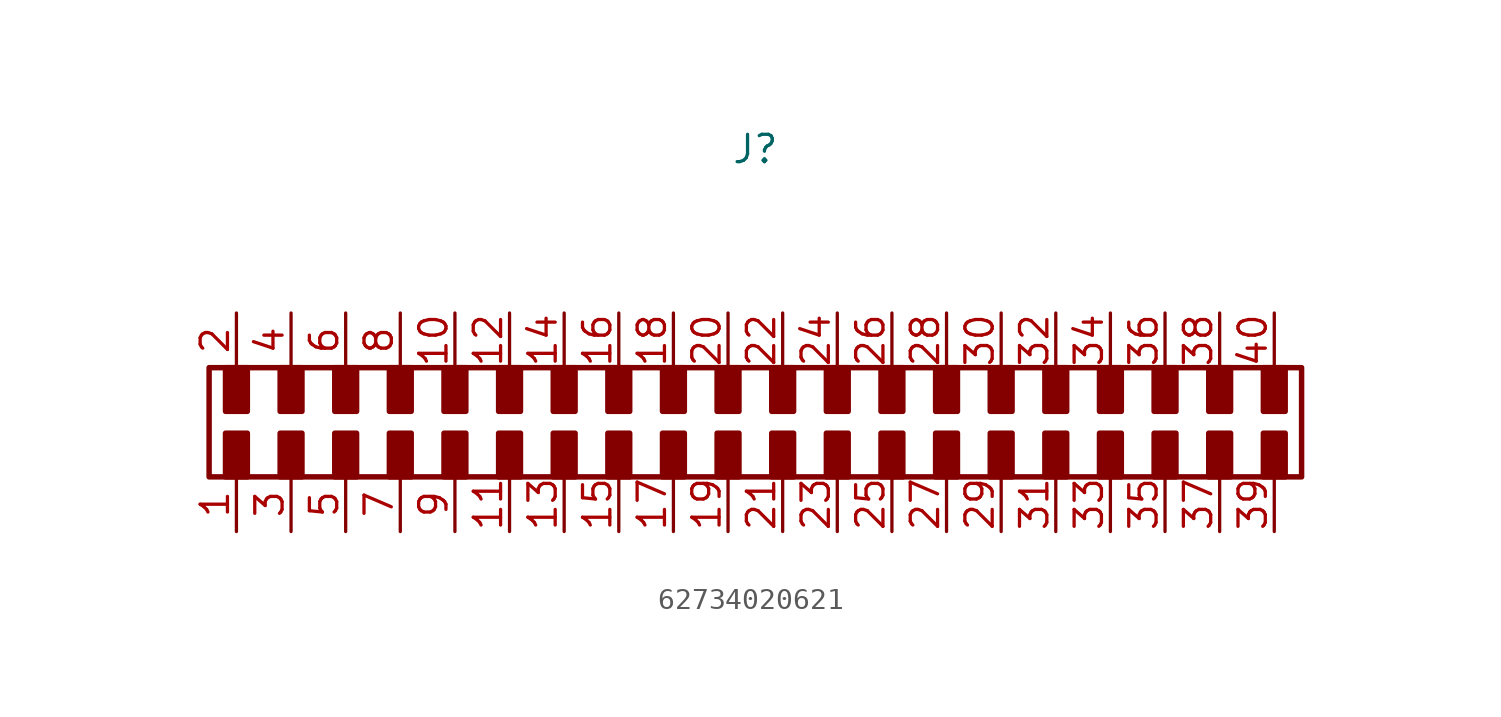
<source format=kicad_sym>
(kicad_symbol_lib
  (version 20241209)
  (generator "kicad_symbol_editor")
  (generator_version "9.0")
  (symbol "62734020621"
    (pin_names
      (hide yes))
    (property "Reference" "J"
      (at 0 12.7 0)
      (effects (font (size 1.27 1.27))))
    (symbol "62734020621_1_1"
      (rectangle (start -25.4 2.54) (end 25.4 -2.54) (stroke (width 0.254) (type solid)) (fill (type none)))
      (rectangle (start -24.638 2.54) (end -23.622 0.508) (stroke (width 0.254) (type solid)) (fill (type outline)))
      (rectangle (start -24.638 -0.508) (end -23.622 -2.54) (stroke (width 0.254) (type solid)) (fill (type outline)))
      (rectangle (start -22.098 2.54) (end -21.082 0.508) (stroke (width 0.254) (type solid)) (fill (type outline)))
      (rectangle (start -22.098 -0.508) (end -21.082 -2.54) (stroke (width 0.254) (type solid)) (fill (type outline)))
      (rectangle (start -19.558 2.54) (end -18.542 0.508) (stroke (width 0.254) (type solid)) (fill (type outline)))
      (rectangle (start -19.558 -0.508) (end -18.542 -2.54) (stroke (width 0.254) (type solid)) (fill (type outline)))
      (rectangle (start -17.018 2.54) (end -16.002 0.508) (stroke (width 0.254) (type solid)) (fill (type outline)))
      (rectangle (start -17.018 -0.508) (end -16.002 -2.54) (stroke (width 0.254) (type solid)) (fill (type outline)))
      (rectangle (start -14.478 2.54) (end -13.462 0.508) (stroke (width 0.254) (type solid)) (fill (type outline)))
      (rectangle (start -14.478 -0.508) (end -13.462 -2.54) (stroke (width 0.254) (type solid)) (fill (type outline)))
      (rectangle (start -11.938 2.54) (end -10.922 0.508) (stroke (width 0.254) (type solid)) (fill (type outline)))
      (rectangle (start -11.938 -0.508) (end -10.922 -2.54) (stroke (width 0.254) (type solid)) (fill (type outline)))
      (rectangle (start -9.398 2.54) (end -8.382 0.508) (stroke (width 0.254) (type solid)) (fill (type outline)))
      (rectangle (start -9.398 -0.508) (end -8.382 -2.54) (stroke (width 0.254) (type solid)) (fill (type outline)))
      (rectangle (start -6.858 2.54) (end -5.842 0.508) (stroke (width 0.254) (type solid)) (fill (type outline)))
      (rectangle (start -6.858 -0.508) (end -5.842 -2.54) (stroke (width 0.254) (type solid)) (fill (type outline)))
      (rectangle (start -4.318 2.54) (end -3.302 0.508) (stroke (width 0.254) (type solid)) (fill (type outline)))
      (rectangle (start -4.318 -0.508) (end -3.302 -2.54) (stroke (width 0.254) (type solid)) (fill (type outline)))
      (rectangle (start -1.778 2.54) (end -0.762 0.508) (stroke (width 0.254) (type solid)) (fill (type outline)))
      (rectangle (start -1.778 -0.508) (end -0.762 -2.54) (stroke (width 0.254) (type solid)) (fill (type outline)))
      (rectangle (start 0.762 2.54) (end 1.778 0.508) (stroke (width 0.254) (type solid)) (fill (type outline)))
      (rectangle (start 0.762 -0.508) (end 1.778 -2.54) (stroke (width 0.254) (type solid)) (fill (type outline)))
      (rectangle (start 3.302 2.54) (end 4.318 0.508) (stroke (width 0.254) (type solid)) (fill (type outline)))
      (rectangle (start 3.302 -0.508) (end 4.318 -2.54) (stroke (width 0.254) (type solid)) (fill (type outline)))
      (rectangle (start 5.842 2.54) (end 6.858 0.508) (stroke (width 0.254) (type solid)) (fill (type outline)))
      (rectangle (start 5.842 -0.508) (end 6.858 -2.54) (stroke (width 0.254) (type solid)) (fill (type outline)))
      (rectangle (start 8.382 2.54) (end 9.398 0.508) (stroke (width 0.254) (type solid)) (fill (type outline)))
      (rectangle (start 8.382 -0.508) (end 9.398 -2.54) (stroke (width 0.254) (type solid)) (fill (type outline)))
      (rectangle (start 10.922 2.54) (end 11.938 0.508) (stroke (width 0.254) (type solid)) (fill (type outline)))
      (rectangle (start 10.922 -0.508) (end 11.938 -2.54) (stroke (width 0.254) (type solid)) (fill (type outline)))
      (rectangle (start 13.462 2.54) (end 14.478 0.508) (stroke (width 0.254) (type solid)) (fill (type outline)))
      (rectangle (start 13.462 -0.508) (end 14.478 -2.54) (stroke (width 0.254) (type solid)) (fill (type outline)))
      (rectangle (start 16.002 2.54) (end 17.018 0.508) (stroke (width 0.254) (type solid)) (fill (type outline)))
      (rectangle (start 16.002 -0.508) (end 17.018 -2.54) (stroke (width 0.254) (type solid)) (fill (type outline)))
      (rectangle (start 18.542 2.54) (end 19.558 0.508) (stroke (width 0.254) (type solid)) (fill (type outline)))
      (rectangle (start 18.542 -0.508) (end 19.558 -2.54) (stroke (width 0.254) (type solid)) (fill (type outline)))
      (rectangle (start 21.082 2.54) (end 22.098 0.508) (stroke (width 0.254) (type solid)) (fill (type outline)))
      (rectangle (start 21.082 -0.508) (end 22.098 -2.54) (stroke (width 0.254) (type solid)) (fill (type outline)))
      (rectangle (start 23.622 2.54) (end 24.638 0.508) (stroke (width 0.254) (type solid)) (fill (type outline)))
      (rectangle (start 23.622 -0.508) (end 24.638 -2.54) (stroke (width 0.254) (type solid)) (fill (type outline)))
      (pin passive line (at -24.13 5.08 270) (length 2.54) (name "2" (effects (font (size 1.27 1.27)))) (number "2" (effects (font (size 1.27 1.27)))))
      (pin passive line (at -24.13 -5.08 90) (length 2.54) (name "1" (effects (font (size 1.27 1.27)))) (number "1" (effects (font (size 1.27 1.27)))))
      (pin passive line (at -21.59 5.08 270) (length 2.54) (name "4" (effects (font (size 1.27 1.27)))) (number "4" (effects (font (size 1.27 1.27)))))
      (pin passive line (at -21.59 -5.08 90) (length 2.54) (name "3" (effects (font (size 1.27 1.27)))) (number "3" (effects (font (size 1.27 1.27)))))
      (pin passive line (at -19.05 5.08 270) (length 2.54) (name "6" (effects (font (size 1.27 1.27)))) (number "6" (effects (font (size 1.27 1.27)))))
      (pin passive line (at -19.05 -5.08 90) (length 2.54) (name "5" (effects (font (size 1.27 1.27)))) (number "5" (effects (font (size 1.27 1.27)))))
      (pin passive line (at -16.51 5.08 270) (length 2.54) (name "8" (effects (font (size 1.27 1.27)))) (number "8" (effects (font (size 1.27 1.27)))))
      (pin passive line (at -16.51 -5.08 90) (length 2.54) (name "7" (effects (font (size 1.27 1.27)))) (number "7" (effects (font (size 1.27 1.27)))))
      (pin passive line (at -13.97 5.08 270) (length 2.54) (name "10" (effects (font (size 1.27 1.27)))) (number "10" (effects (font (size 1.27 1.27)))))
      (pin passive line (at -13.97 -5.08 90) (length 2.54) (name "9" (effects (font (size 1.27 1.27)))) (number "9" (effects (font (size 1.27 1.27)))))
      (pin passive line (at -11.43 5.08 270) (length 2.54) (name "12" (effects (font (size 1.27 1.27)))) (number "12" (effects (font (size 1.27 1.27)))))
      (pin passive line (at -11.43 -5.08 90) (length 2.54) (name "11" (effects (font (size 1.27 1.27)))) (number "11" (effects (font (size 1.27 1.27)))))
      (pin passive line (at -8.89 5.08 270) (length 2.54) (name "14" (effects (font (size 1.27 1.27)))) (number "14" (effects (font (size 1.27 1.27)))))
      (pin passive line (at -8.89 -5.08 90) (length 2.54) (name "13" (effects (font (size 1.27 1.27)))) (number "13" (effects (font (size 1.27 1.27)))))
      (pin passive line (at -6.35 5.08 270) (length 2.54) (name "16" (effects (font (size 1.27 1.27)))) (number "16" (effects (font (size 1.27 1.27)))))
      (pin passive line (at -6.35 -5.08 90) (length 2.54) (name "15" (effects (font (size 1.27 1.27)))) (number "15" (effects (font (size 1.27 1.27)))))
      (pin passive line (at -3.81 5.08 270) (length 2.54) (name "18" (effects (font (size 1.27 1.27)))) (number "18" (effects (font (size 1.27 1.27)))))
      (pin passive line (at -3.81 -5.08 90) (length 2.54) (name "17" (effects (font (size 1.27 1.27)))) (number "17" (effects (font (size 1.27 1.27)))))
      (pin passive line (at -1.27 5.08 270) (length 2.54) (name "20" (effects (font (size 1.27 1.27)))) (number "20" (effects (font (size 1.27 1.27)))))
      (pin passive line (at -1.27 -5.08 90) (length 2.54) (name "19" (effects (font (size 1.27 1.27)))) (number "19" (effects (font (size 1.27 1.27)))))
      (pin passive line (at 1.27 5.08 270) (length 2.54) (name "22" (effects (font (size 1.27 1.27)))) (number "22" (effects (font (size 1.27 1.27)))))
      (pin passive line (at 1.27 -5.08 90) (length 2.54) (name "21" (effects (font (size 1.27 1.27)))) (number "21" (effects (font (size 1.27 1.27)))))
      (pin passive line (at 3.81 5.08 270) (length 2.54) (name "24" (effects (font (size 1.27 1.27)))) (number "24" (effects (font (size 1.27 1.27)))))
      (pin passive line (at 3.81 -5.08 90) (length 2.54) (name "23" (effects (font (size 1.27 1.27)))) (number "23" (effects (font (size 1.27 1.27)))))
      (pin passive line (at 6.35 5.08 270) (length 2.54) (name "26" (effects (font (size 1.27 1.27)))) (number "26" (effects (font (size 1.27 1.27)))))
      (pin passive line (at 6.35 -5.08 90) (length 2.54) (name "25" (effects (font (size 1.27 1.27)))) (number "25" (effects (font (size 1.27 1.27)))))
      (pin passive line (at 8.89 5.08 270) (length 2.54) (name "28" (effects (font (size 1.27 1.27)))) (number "28" (effects (font (size 1.27 1.27)))))
      (pin passive line (at 8.89 -5.08 90) (length 2.54) (name "27" (effects (font (size 1.27 1.27)))) (number "27" (effects (font (size 1.27 1.27)))))
      (pin passive line (at 11.43 5.08 270) (length 2.54) (name "30" (effects (font (size 1.27 1.27)))) (number "30" (effects (font (size 1.27 1.27)))))
      (pin passive line (at 11.43 -5.08 90) (length 2.54) (name "29" (effects (font (size 1.27 1.27)))) (number "29" (effects (font (size 1.27 1.27)))))
      (pin passive line (at 13.97 5.08 270) (length 2.54) (name "32" (effects (font (size 1.27 1.27)))) (number "32" (effects (font (size 1.27 1.27)))))
      (pin passive line (at 13.97 -5.08 90) (length 2.54) (name "31" (effects (font (size 1.27 1.27)))) (number "31" (effects (font (size 1.27 1.27)))))
      (pin passive line (at 16.51 5.08 270) (length 2.54) (name "34" (effects (font (size 1.27 1.27)))) (number "34" (effects (font (size 1.27 1.27)))))
      (pin passive line (at 16.51 -5.08 90) (length 2.54) (name "33" (effects (font (size 1.27 1.27)))) (number "33" (effects (font (size 1.27 1.27)))))
      (pin passive line (at 19.05 5.08 270) (length 2.54) (name "36" (effects (font (size 1.27 1.27)))) (number "36" (effects (font (size 1.27 1.27)))))
      (pin passive line (at 19.05 -5.08 90) (length 2.54) (name "35" (effects (font (size 1.27 1.27)))) (number "35" (effects (font (size 1.27 1.27)))))
      (pin passive line (at 21.59 5.08 270) (length 2.54) (name "38" (effects (font (size 1.27 1.27)))) (number "38" (effects (font (size 1.27 1.27)))))
      (pin passive line (at 21.59 -5.08 90) (length 2.54) (name "37" (effects (font (size 1.27 1.27)))) (number "37" (effects (font (size 1.27 1.27)))))
      (pin passive line (at 24.13 5.08 270) (length 2.54) (name "40" (effects (font (size 1.27 1.27)))) (number "40" (effects (font (size 1.27 1.27)))))
      (pin passive line (at 24.13 -5.08 90) (length 2.54) (name "39" (effects (font (size 1.27 1.27)))) (number "39" (effects (font (size 1.27 1.27))))))))
</source>
